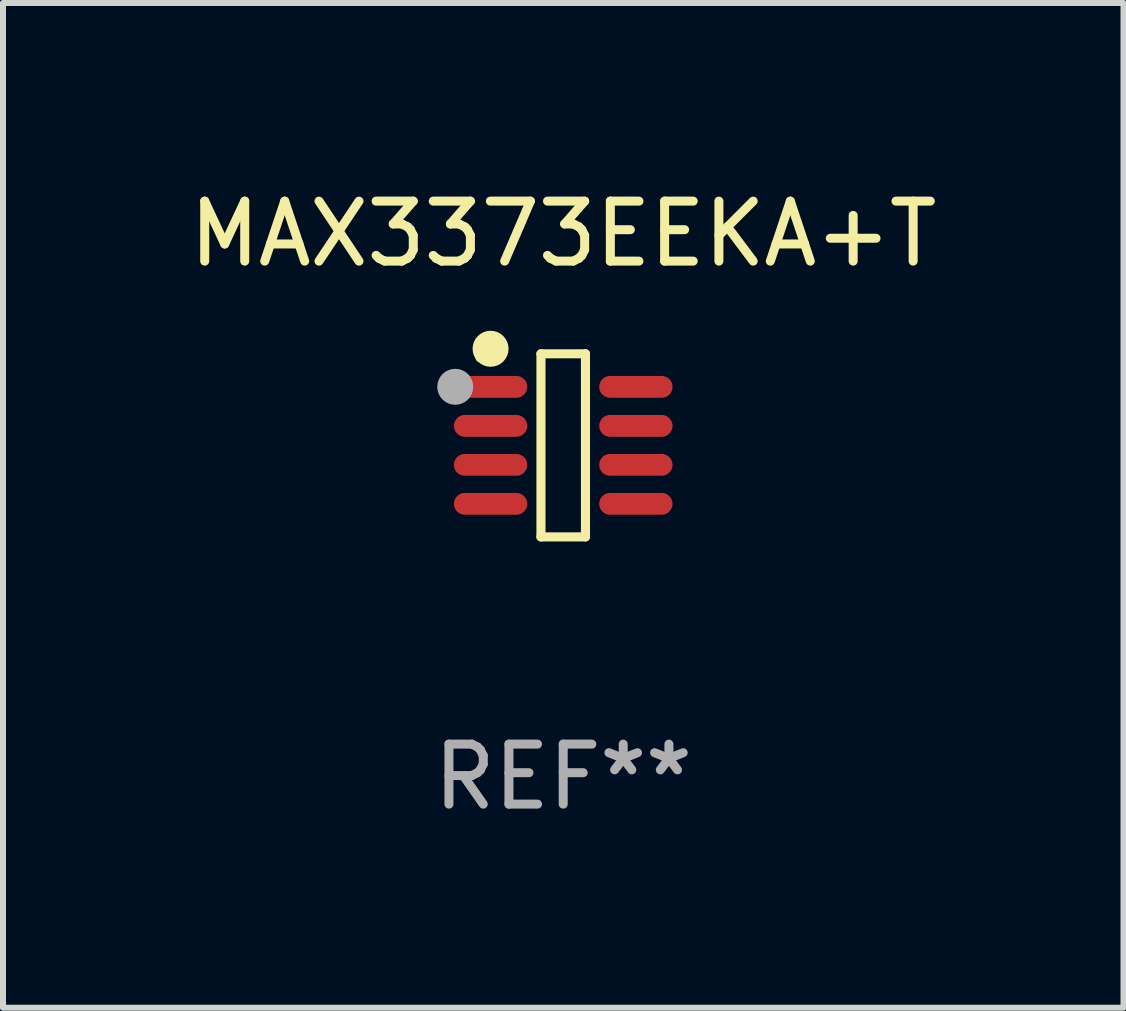
<source format=kicad_pcb>
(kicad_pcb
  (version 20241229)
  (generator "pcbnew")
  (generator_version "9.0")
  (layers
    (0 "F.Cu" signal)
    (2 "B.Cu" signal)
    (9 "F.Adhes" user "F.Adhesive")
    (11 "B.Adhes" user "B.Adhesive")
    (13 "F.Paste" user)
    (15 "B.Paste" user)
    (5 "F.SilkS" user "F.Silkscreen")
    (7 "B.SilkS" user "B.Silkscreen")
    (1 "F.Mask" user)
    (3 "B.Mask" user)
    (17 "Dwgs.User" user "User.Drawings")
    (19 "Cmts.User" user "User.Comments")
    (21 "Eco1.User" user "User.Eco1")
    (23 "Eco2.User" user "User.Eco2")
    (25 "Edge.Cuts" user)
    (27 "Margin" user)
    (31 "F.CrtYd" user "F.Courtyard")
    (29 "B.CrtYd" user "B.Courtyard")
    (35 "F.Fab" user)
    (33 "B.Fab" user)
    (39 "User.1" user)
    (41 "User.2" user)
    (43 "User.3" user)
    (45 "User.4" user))
  (footprint "MAX3373EEKA+T"
    (layer "F.Cu")
    (at 6.339 4.374)
    (property "Reference" "MAX3373EEKA+T" (at 0 -3.526 0) (layer "F.SilkS") (effects (font (size 1 1) (thickness 0.15))))
    (attr through_hole)
    (fp_line (start -0.371 -1.526) (end 0.371 -1.526) (stroke (width 0.152) (type solid)) (layer "F.SilkS"))
    (fp_line (start -0.371 1.526) (end -0.371 -1.526) (stroke (width 0.152) (type solid)) (layer "F.SilkS"))
    (fp_line (start 0.371 -1.526) (end 0.371 1.526) (stroke (width 0.152) (type solid)) (layer "F.SilkS"))
    (fp_line (start 0.371 1.526) (end -0.371 1.526) (stroke (width 0.152) (type solid)) (layer "F.SilkS"))
    (fp_circle (center -1.4 -1.451) (end -1.37 -1.451) (stroke (width 0.06) (type solid)) (fill no) (layer "F.SilkS"))
    (fp_circle (center -1.211 -1.61) (end -1.061 -1.61) (stroke (width 0.3) (type solid)) (fill no) (layer "F.SilkS"))
    (fp_circle (center -1.8 -0.976) (end -1.65 -0.976) (stroke (width 0.3) (type solid)) (fill no) (layer "F.Fab"))
    (fp_text user "REF**" (at 0 5.526 0) (layer "F.Fab") (effects (font (size 1 1) (thickness 0.15))))
    (pad "1" smd oval (at -1.211 -0.975 270) (size 0.364 1.222) (layers "F.Cu" "F.Mask" "F.Paste"))
    (pad "2" smd oval (at -1.211 -0.325 270) (size 0.364 1.222) (layers "F.Cu" "F.Mask" "F.Paste"))
    (pad "3" smd oval (at -1.211 0.325 270) (size 0.364 1.222) (layers "F.Cu" "F.Mask" "F.Paste"))
    (pad "4" smd oval (at -1.211 0.975 270) (size 0.364 1.222) (layers "F.Cu" "F.Mask" "F.Paste"))
    (pad "5" smd oval (at 1.211 0.975 270) (size 0.364 1.222) (layers "F.Cu" "F.Mask" "F.Paste"))
    (pad "6" smd oval (at 1.211 0.325 270) (size 0.364 1.222) (layers "F.Cu" "F.Mask" "F.Paste"))
    (pad "7" smd oval (at 1.211 -0.325 270) (size 0.364 1.222) (layers "F.Cu" "F.Mask" "F.Paste"))
    (pad "8" smd oval (at 1.211 -0.975 270) (size 0.364 1.222) (layers "F.Cu" "F.Mask" "F.Paste")))
  (gr_rect
    (start -3 -3)
    (end 15.679 13.749)
    (stroke (width 0.1) (type default))
    (fill no)
    (layer "Edge.Cuts")))
</source>
